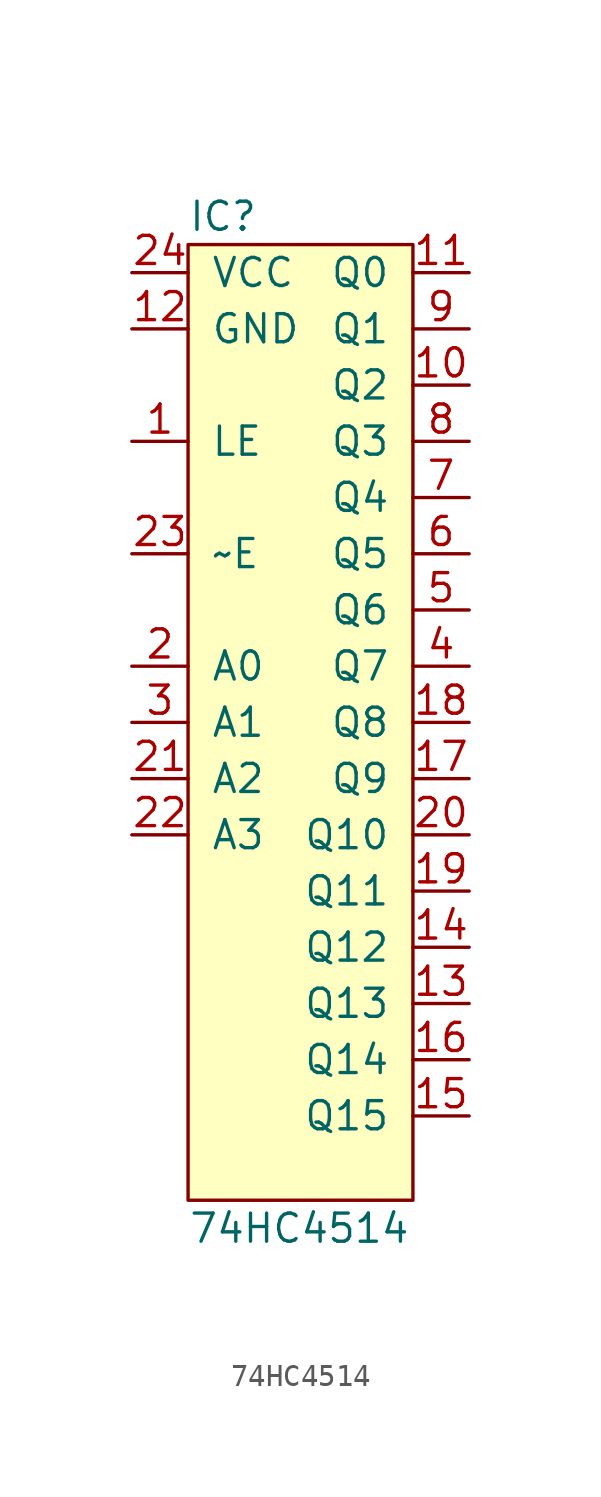
<source format=kicad_sym>
(kicad_symbol_lib
  (version 20211014)
  (generator agg_kicad.build_lib_ic)
  (symbol "74HC4514"
    (pin_names
      (offset 1.016))
    (property Reference IC
      (at -5.08 22.86 0)
      (effects (font (size 1.27 1.27)) (justify left)))
    (property Value "74HC4514"
      (at -5.08 -22.86 0)
      (effects (font (size 1.27 1.27)) (justify left)))
    (symbol "74HC4514_0_0"
      (rectangle (start -5.08 21.59) (end 5.08 -21.59) (stroke (width 0) (type default) (color 0 0 0 0)) (fill (type background)))
      (pin power_in line (at -7.62 20.32 0) (length 2.54) (name VCC (effects (font (size 1.27 1.27)))) (number "24" (effects (font (size 1.27 1.27)))))
      (pin power_in line (at -7.62 17.78 0) (length 2.54) (name GND (effects (font (size 1.27 1.27)))) (number "12" (effects (font (size 1.27 1.27)))))
      (pin input line (at -7.62 12.7 0) (length 2.54) (name LE (effects (font (size 1.27 1.27)))) (number "1" (effects (font (size 1.27 1.27)))))
      (pin input line (at -7.62 7.62 0) (length 2.54) (name "~E" (effects (font (size 1.27 1.27)))) (number "23" (effects (font (size 1.27 1.27)))))
      (pin input line (at -7.62 2.54 0) (length 2.54) (name "A0" (effects (font (size 1.27 1.27)))) (number "2" (effects (font (size 1.27 1.27)))))
      (pin input line (at -7.62 0 0) (length 2.54) (name "A1" (effects (font (size 1.27 1.27)))) (number "3" (effects (font (size 1.27 1.27)))))
      (pin input line (at -7.62 -2.54 0) (length 2.54) (name "A2" (effects (font (size 1.27 1.27)))) (number "21" (effects (font (size 1.27 1.27)))))
      (pin input line (at -7.62 -5.08 0) (length 2.54) (name "A3" (effects (font (size 1.27 1.27)))) (number "22" (effects (font (size 1.27 1.27)))))
      (pin output line (at 7.62 20.32 180) (length 2.54) (name "Q0" (effects (font (size 1.27 1.27)))) (number "11" (effects (font (size 1.27 1.27)))))
      (pin output line (at 7.62 17.78 180) (length 2.54) (name "Q1" (effects (font (size 1.27 1.27)))) (number "9" (effects (font (size 1.27 1.27)))))
      (pin output line (at 7.62 15.24 180) (length 2.54) (name "Q2" (effects (font (size 1.27 1.27)))) (number "10" (effects (font (size 1.27 1.27)))))
      (pin output line (at 7.62 12.7 180) (length 2.54) (name "Q3" (effects (font (size 1.27 1.27)))) (number "8" (effects (font (size 1.27 1.27)))))
      (pin output line (at 7.62 10.16 180) (length 2.54) (name "Q4" (effects (font (size 1.27 1.27)))) (number "7" (effects (font (size 1.27 1.27)))))
      (pin output line (at 7.62 7.62 180) (length 2.54) (name "Q5" (effects (font (size 1.27 1.27)))) (number "6" (effects (font (size 1.27 1.27)))))
      (pin output line (at 7.62 5.08 180) (length 2.54) (name "Q6" (effects (font (size 1.27 1.27)))) (number "5" (effects (font (size 1.27 1.27)))))
      (pin output line (at 7.62 2.54 180) (length 2.54) (name "Q7" (effects (font (size 1.27 1.27)))) (number "4" (effects (font (size 1.27 1.27)))))
      (pin output line (at 7.62 0 180) (length 2.54) (name "Q8" (effects (font (size 1.27 1.27)))) (number "18" (effects (font (size 1.27 1.27)))))
      (pin output line (at 7.62 -2.54 180) (length 2.54) (name "Q9" (effects (font (size 1.27 1.27)))) (number "17" (effects (font (size 1.27 1.27)))))
      (pin output line (at 7.62 -5.08 180) (length 2.54) (name "Q10" (effects (font (size 1.27 1.27)))) (number "20" (effects (font (size 1.27 1.27)))))
      (pin output line (at 7.62 -7.62 180) (length 2.54) (name "Q11" (effects (font (size 1.27 1.27)))) (number "19" (effects (font (size 1.27 1.27)))))
      (pin output line (at 7.62 -10.16 180) (length 2.54) (name "Q12" (effects (font (size 1.27 1.27)))) (number "14" (effects (font (size 1.27 1.27)))))
      (pin output line (at 7.62 -12.7 180) (length 2.54) (name "Q13" (effects (font (size 1.27 1.27)))) (number "13" (effects (font (size 1.27 1.27)))))
      (pin output line (at 7.62 -15.24 180) (length 2.54) (name "Q14" (effects (font (size 1.27 1.27)))) (number "16" (effects (font (size 1.27 1.27)))))
      (pin output line (at 7.62 -17.78 180) (length 2.54) (name "Q15" (effects (font (size 1.27 1.27)))) (number "15" (effects (font (size 1.27 1.27))))))))
</source>
